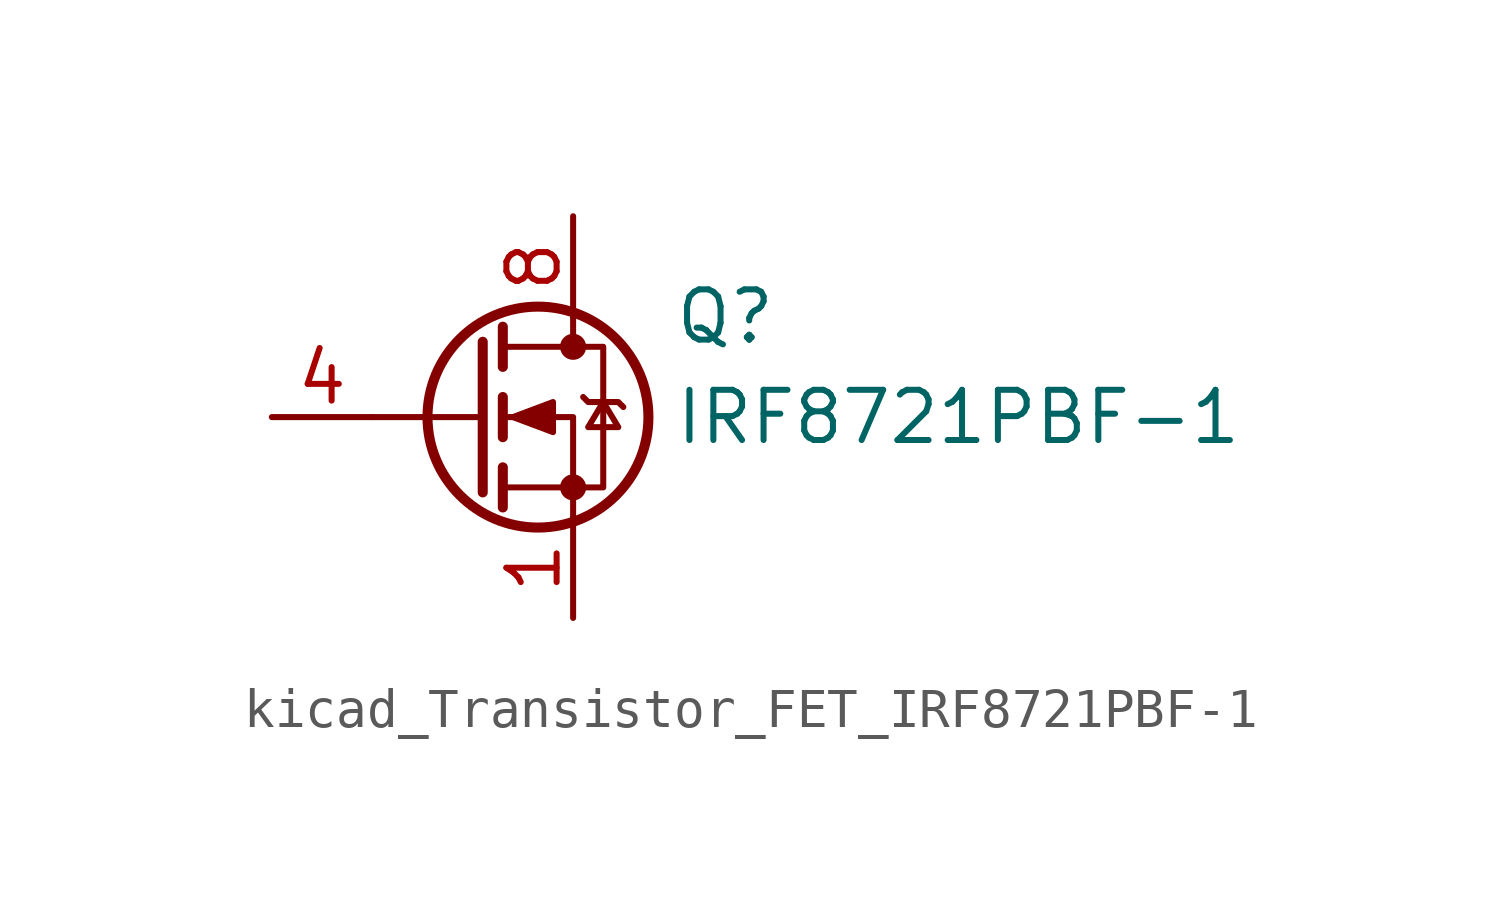
<source format=kicad_sym>
(kicad_symbol_lib
  (version 20220914)
  (generator kicad_symbol_editor)
  (symbol "kicad_Transistor_FET_IRF8721PBF-1"
    (pin_names hide)
    (property "Reference" "Q"
      (at 5.08 2.54 0)
      (effects (font (size 1.27 1.27)) (justify left)))
    (property "Value" "IRF8721PBF-1"
      (at 5.08 0 0)
      (effects (font (size 1.27 1.27)) (justify left)))
    (symbol "kicad_Transistor_FET_IRF8721PBF-1_0_1"
      (polyline (pts (xy 0.254 0) (xy -2.54 0)) (stroke (width 0) (type default)) (fill (type none)))
      (polyline (pts (xy 0.254 1.905) (xy 0.254 -1.905)) (stroke (width 0.254) (type default)) (fill (type none)))
      (polyline (pts (xy 0.762 -1.27) (xy 0.762 -2.286)) (stroke (width 0.254) (type default)) (fill (type none)))
      (polyline (pts (xy 0.762 0.508) (xy 0.762 -0.508)) (stroke (width 0.254) (type default)) (fill (type none)))
      (polyline (pts (xy 0.762 2.286) (xy 0.762 1.27)) (stroke (width 0.254) (type default)) (fill (type none)))
      (polyline (pts (xy 2.54 2.54) (xy 2.54 1.778)) (stroke (width 0) (type default)) (fill (type none)))
      (polyline (pts (xy 2.54 -2.54) (xy 2.54 0) (xy 0.762 0)) (stroke (width 0) (type default)) (fill (type none)))
      (polyline (pts (xy 0.762 -1.778) (xy 3.302 -1.778) (xy 3.302 1.778) (xy 0.762 1.778)) (stroke (width 0) (type default)) (fill (type none)))
      (polyline (pts (xy 1.016 0) (xy 2.032 0.381) (xy 2.032 -0.381) (xy 1.016 0)) (stroke (width 0) (type default)) (fill (type outline)))
      (polyline (pts (xy 2.794 0.508) (xy 2.921 0.381) (xy 3.683 0.381) (xy 3.81 0.254)) (stroke (width 0) (type default)) (fill (type none)))
      (polyline (pts (xy 3.302 0.381) (xy 2.921 -0.254) (xy 3.683 -0.254) (xy 3.302 0.381)) (stroke (width 0) (type default)) (fill (type none)))
      (circle (center 1.651 0) (radius 2.794) (stroke (width 0.254) (type default)) (fill (type none)))
      (circle (center 2.54 -1.778) (radius 0.254) (stroke (width 0) (type default)) (fill (type outline)))
      (circle (center 2.54 1.778) (radius 0.254) (stroke (width 0) (type default)) (fill (type outline))))
    (symbol "kicad_Transistor_FET_IRF8721PBF-1_1_1"
      (pin passive line (at 2.54 -5.08 90) (length 2.54) (name "S" (effects (font (size 1.27 1.27)))) (number "1" (effects (font (size 1.27 1.27)))))
      (pin passive line (at 2.54 -5.08 90) (length 2.54) hide (name "S" (effects (font (size 1.27 1.27)))) (number "2" (effects (font (size 1.27 1.27)))))
      (pin passive line (at 2.54 -5.08 90) (length 2.54) hide (name "S" (effects (font (size 1.27 1.27)))) (number "3" (effects (font (size 1.27 1.27)))))
      (pin input line (at -5.08 0 0) (length 2.54) (name "G" (effects (font (size 1.27 1.27)))) (number "4" (effects (font (size 1.27 1.27)))))
      (pin passive line (at 2.54 5.08 270) (length 2.54) hide (name "D" (effects (font (size 1.27 1.27)))) (number "5" (effects (font (size 1.27 1.27)))))
      (pin passive line (at 2.54 5.08 270) (length 2.54) hide (name "D" (effects (font (size 1.27 1.27)))) (number "6" (effects (font (size 1.27 1.27)))))
      (pin passive line (at 2.54 5.08 270) (length 2.54) hide (name "D" (effects (font (size 1.27 1.27)))) (number "7" (effects (font (size 1.27 1.27)))))
      (pin passive line (at 2.54 5.08 270) (length 2.54) (name "D" (effects (font (size 1.27 1.27)))) (number "8" (effects (font (size 1.27 1.27))))))))
</source>
